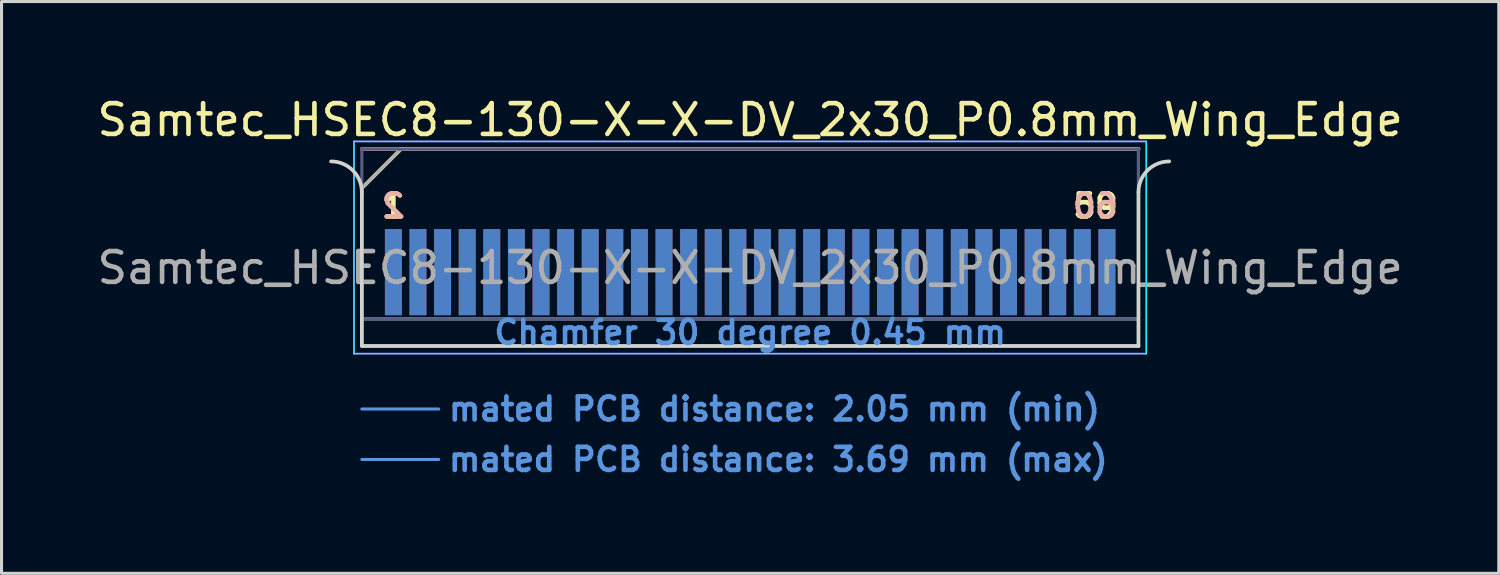
<source format=kicad_pcb>
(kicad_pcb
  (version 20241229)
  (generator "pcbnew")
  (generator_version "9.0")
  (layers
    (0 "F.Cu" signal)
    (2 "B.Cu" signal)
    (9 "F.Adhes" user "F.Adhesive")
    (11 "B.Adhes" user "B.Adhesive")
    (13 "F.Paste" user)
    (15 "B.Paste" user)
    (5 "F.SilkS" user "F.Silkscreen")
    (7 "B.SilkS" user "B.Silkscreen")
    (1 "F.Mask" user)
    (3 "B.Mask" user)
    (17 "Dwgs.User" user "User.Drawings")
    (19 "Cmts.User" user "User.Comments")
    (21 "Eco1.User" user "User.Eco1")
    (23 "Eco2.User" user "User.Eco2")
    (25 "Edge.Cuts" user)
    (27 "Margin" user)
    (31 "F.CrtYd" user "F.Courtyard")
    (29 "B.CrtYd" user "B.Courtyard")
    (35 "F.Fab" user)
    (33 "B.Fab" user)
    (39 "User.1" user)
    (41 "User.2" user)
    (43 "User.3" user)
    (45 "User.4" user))
  (footprint "Samtec_HSEC8-130-X-X-DV_2x30_P0.8mm_Wing_Edge"
    (layer "F.Cu")
    (at 21.339 8.198)
    (property "Reference" "Samtec_HSEC8-130-X-X-DV_2x30_P0.8mm_Wing_Edge" (at 0 -7.35 0) (layer "F.SilkS") (effects (font (size 1 1) (thickness 0.15))))
    (attr exclude_from_pos_files exclude_from_bom)
    (fp_line (start -12.625 -5.13) (end -11.355 -6.4) (stroke (width 0.12) (type solid)) (layer "F.SilkS"))
    (fp_line (start -11.355 -6.4) (end 12.625 -6.4) (stroke (width 0.12) (type solid)) (layer "F.SilkS"))
    (fp_line (start -12.625 -6.4) (end -12.625 -6.4) (stroke (width 0.12) (type solid)) (layer "B.SilkS"))
    (fp_line (start -12.625 -6.4) (end 12.625 -6.4) (stroke (width 0.12) (type solid)) (layer "B.SilkS"))
    (fp_line (start -12.625 2.05) (end -10.125 2.05) (stroke (width 0.1) (type solid)) (layer "Cmts.User"))
    (fp_line (start -12.625 3.69) (end -10.125 3.69) (stroke (width 0.1) (type solid)) (layer "Cmts.User"))
    (fp_line (start -12.625 -5) (end -12.625 0) (stroke (width 0.12) (type solid)) (layer "Edge.Cuts"))
    (fp_line (start -12.625 0) (end 12.625 0) (stroke (width 0.12) (type solid)) (layer "Edge.Cuts"))
    (fp_line (start 12.625 0) (end 12.625 -5) (stroke (width 0.12) (type solid)) (layer "Edge.Cuts"))
    (fp_arc (start -13.625 -6) (mid -12.917893 -5.707107) (end -12.625 -5) (stroke (width 0.12) (type solid)) (layer "Edge.Cuts"))
    (fp_arc (start 12.625 -5) (mid 12.917893 -5.707107) (end 13.625 -6) (stroke (width 0.12) (type solid)) (layer "Edge.Cuts"))
    (fp_line (start -12.88 -6.65) (end -12.88 0.25) (stroke (width 0.05) (type solid)) (layer "B.CrtYd"))
    (fp_line (start -12.88 0.25) (end 12.88 0.25) (stroke (width 0.05) (type solid)) (layer "B.CrtYd"))
    (fp_line (start 12.88 -6.65) (end -12.88 -6.65) (stroke (width 0.05) (type solid)) (layer "B.CrtYd"))
    (fp_line (start 12.88 0.25) (end 12.88 -6.65) (stroke (width 0.05) (type solid)) (layer "B.CrtYd"))
    (fp_line (start -12.88 -6.65) (end -12.88 0.25) (stroke (width 0.05) (type solid)) (layer "F.CrtYd"))
    (fp_line (start -12.88 0.25) (end 12.88 0.25) (stroke (width 0.05) (type solid)) (layer "F.CrtYd"))
    (fp_line (start 12.88 -6.65) (end -12.88 -6.65) (stroke (width 0.05) (type solid)) (layer "F.CrtYd"))
    (fp_line (start 12.88 0.25) (end 12.88 -6.65) (stroke (width 0.05) (type solid)) (layer "F.CrtYd"))
    (fp_line (start -12.625 -6.4) (end -12.625 -6.4) (stroke (width 0.1) (type solid)) (layer "B.Fab"))
    (fp_line (start -12.625 -6.4) (end -12.625 0) (stroke (width 0.1) (type solid)) (layer "B.Fab"))
    (fp_line (start -12.625 -6.4) (end 12.625 -6.4) (stroke (width 0.1) (type solid)) (layer "B.Fab"))
    (fp_line (start -12.625 -0.88) (end 12.625 -0.88) (stroke (width 0.1) (type solid)) (layer "B.Fab"))
    (fp_line (start -12.625 0) (end 12.625 0) (stroke (width 0.1) (type solid)) (layer "B.Fab"))
    (fp_line (start 12.625 -6.4) (end 12.625 0) (stroke (width 0.1) (type solid)) (layer "B.Fab"))
    (fp_line (start -12.625 -5.13) (end -12.625 0) (stroke (width 0.1) (type solid)) (layer "F.Fab"))
    (fp_line (start -12.625 -5.13) (end -11.355 -6.4) (stroke (width 0.1) (type solid)) (layer "F.Fab"))
    (fp_line (start -12.625 -0.88) (end 12.625 -0.88) (stroke (width 0.1) (type solid)) (layer "F.Fab"))
    (fp_line (start -12.625 0) (end 12.625 0) (stroke (width 0.1) (type solid)) (layer "F.Fab"))
    (fp_line (start -11.355 -6.4) (end 12.625 -6.4) (stroke (width 0.1) (type solid)) (layer "F.Fab"))
    (fp_line (start 12.625 -6.4) (end 12.625 0) (stroke (width 0.1) (type solid)) (layer "F.Fab"))
    (fp_text user "59" (at 11.225 -4.55 0) (layer "F.SilkS") (effects (font (size 0.75 0.75) (thickness 0.15))))
    (fp_text user "1" (at -11.6 -4.55 0) (layer "F.SilkS") (effects (font (size 0.75 0.75) (thickness 0.15))))
    (fp_text user "2" (at -11.6 -4.55 0) (layer "B.SilkS") (effects (font (size 0.75 0.75) (thickness 0.15)) (justify mirror)))
    (fp_text user "60" (at 11.225 -4.55 0) (layer "B.SilkS") (effects (font (size 0.75 0.75) (thickness 0.15)) (justify mirror)))
    (fp_text user "Chamfer 30 degree 0.45 mm" (at 0 -0.44 0) (layer "Cmts.User") (effects (font (size 0.75 0.75) (thickness 0.15))))
    (fp_text user "mated PCB distance: 3.69 mm (max)" (at -9.88 3.69 0) (layer "Cmts.User") (effects (font (size 0.75 0.75) (thickness 0.15)) (justify left)))
    (fp_text user "mated PCB distance: 2.05 mm (min)" (at -9.88 2.05 0) (layer "Cmts.User") (effects (font (size 0.75 0.75) (thickness 0.15)) (justify left)))
    (fp_text user "${REFERENCE}" (at 0 -2.54 0) (layer "F.Fab") (effects (font (size 1 1) (thickness 0.15))))
    (pad "1" connect rect (at -11.6 -2.4) (size 0.55 2.8) (layers "F.Cu" "F.Mask"))
    (pad "2" connect rect (at -11.6 -2.4) (size 0.55 2.8) (layers "B.Cu" "B.Mask"))
    (pad "3" connect rect (at -10.8 -2.4) (size 0.55 2.8) (layers "F.Cu" "F.Mask"))
    (pad "4" connect rect (at -10.8 -2.4) (size 0.55 2.8) (layers "B.Cu" "B.Mask"))
    (pad "5" connect rect (at -10 -2.4) (size 0.55 2.8) (layers "F.Cu" "F.Mask"))
    (pad "6" connect rect (at -10 -2.4) (size 0.55 2.8) (layers "B.Cu" "B.Mask"))
    (pad "7" connect rect (at -9.2 -2.4) (size 0.55 2.8) (layers "F.Cu" "F.Mask"))
    (pad "8" connect rect (at -9.2 -2.4) (size 0.55 2.8) (layers "B.Cu" "B.Mask"))
    (pad "9" connect rect (at -8.4 -2.4) (size 0.55 2.8) (layers "F.Cu" "F.Mask"))
    (pad "10" connect rect (at -8.4 -2.4) (size 0.55 2.8) (layers "B.Cu" "B.Mask"))
    (pad "11" connect rect (at -7.6 -2.4) (size 0.55 2.8) (layers "F.Cu" "F.Mask"))
    (pad "12" connect rect (at -7.6 -2.4) (size 0.55 2.8) (layers "B.Cu" "B.Mask"))
    (pad "13" connect rect (at -6.8 -2.4) (size 0.55 2.8) (layers "F.Cu" "F.Mask"))
    (pad "14" connect rect (at -6.8 -2.4) (size 0.55 2.8) (layers "B.Cu" "B.Mask"))
    (pad "15" connect rect (at -6 -2.4) (size 0.55 2.8) (layers "F.Cu" "F.Mask"))
    (pad "16" connect rect (at -6 -2.4) (size 0.55 2.8) (layers "B.Cu" "B.Mask"))
    (pad "17" connect rect (at -5.2 -2.4) (size 0.55 2.8) (layers "F.Cu" "F.Mask"))
    (pad "18" connect rect (at -5.2 -2.4) (size 0.55 2.8) (layers "B.Cu" "B.Mask"))
    (pad "19" connect rect (at -4.4 -2.4) (size 0.55 2.8) (layers "F.Cu" "F.Mask"))
    (pad "20" connect rect (at -4.4 -2.4) (size 0.55 2.8) (layers "B.Cu" "B.Mask"))
    (pad "21" connect rect (at -3.6 -2.4) (size 0.55 2.8) (layers "F.Cu" "F.Mask"))
    (pad "22" connect rect (at -3.6 -2.4) (size 0.55 2.8) (layers "B.Cu" "B.Mask"))
    (pad "23" connect rect (at -2.8 -2.4) (size 0.55 2.8) (layers "F.Cu" "F.Mask"))
    (pad "24" connect rect (at -2.8 -2.4) (size 0.55 2.8) (layers "B.Cu" "B.Mask"))
    (pad "25" connect rect (at -2 -2.4) (size 0.55 2.8) (layers "F.Cu" "F.Mask"))
    (pad "26" connect rect (at -2 -2.4) (size 0.55 2.8) (layers "B.Cu" "B.Mask"))
    (pad "27" connect rect (at -1.2 -2.4) (size 0.55 2.8) (layers "F.Cu" "F.Mask"))
    (pad "28" connect rect (at -1.2 -2.4) (size 0.55 2.8) (layers "B.Cu" "B.Mask"))
    (pad "29" connect rect (at -0.4 -2.4) (size 0.55 2.8) (layers "F.Cu" "F.Mask"))
    (pad "30" connect rect (at -0.4 -2.4) (size 0.55 2.8) (layers "B.Cu" "B.Mask"))
    (pad "31" connect rect (at 0.4 -2.4) (size 0.55 2.8) (layers "F.Cu" "F.Mask"))
    (pad "32" connect rect (at 0.4 -2.4) (size 0.55 2.8) (layers "B.Cu" "B.Mask"))
    (pad "33" connect rect (at 1.2 -2.4) (size 0.55 2.8) (layers "F.Cu" "F.Mask"))
    (pad "34" connect rect (at 1.2 -2.4) (size 0.55 2.8) (layers "B.Cu" "B.Mask"))
    (pad "35" connect rect (at 2 -2.4) (size 0.55 2.8) (layers "F.Cu" "F.Mask"))
    (pad "36" connect rect (at 2 -2.4) (size 0.55 2.8) (layers "B.Cu" "B.Mask"))
    (pad "37" connect rect (at 2.8 -2.4) (size 0.55 2.8) (layers "F.Cu" "F.Mask"))
    (pad "38" connect rect (at 2.8 -2.4) (size 0.55 2.8) (layers "B.Cu" "B.Mask"))
    (pad "39" connect rect (at 3.6 -2.4) (size 0.55 2.8) (layers "F.Cu" "F.Mask"))
    (pad "40" connect rect (at 3.6 -2.4) (size 0.55 2.8) (layers "B.Cu" "B.Mask"))
    (pad "41" connect rect (at 4.4 -2.4) (size 0.55 2.8) (layers "F.Cu" "F.Mask"))
    (pad "42" connect rect (at 4.4 -2.4) (size 0.55 2.8) (layers "B.Cu" "B.Mask"))
    (pad "43" connect rect (at 5.2 -2.4) (size 0.55 2.8) (layers "F.Cu" "F.Mask"))
    (pad "44" connect rect (at 5.2 -2.4) (size 0.55 2.8) (layers "B.Cu" "B.Mask"))
    (pad "45" connect rect (at 6 -2.4) (size 0.55 2.8) (layers "F.Cu" "F.Mask"))
    (pad "46" connect rect (at 6 -2.4) (size 0.55 2.8) (layers "B.Cu" "B.Mask"))
    (pad "47" connect rect (at 6.8 -2.4) (size 0.55 2.8) (layers "F.Cu" "F.Mask"))
    (pad "48" connect rect (at 6.8 -2.4) (size 0.55 2.8) (layers "B.Cu" "B.Mask"))
    (pad "49" connect rect (at 7.6 -2.4) (size 0.55 2.8) (layers "F.Cu" "F.Mask"))
    (pad "50" connect rect (at 7.6 -2.4) (size 0.55 2.8) (layers "B.Cu" "B.Mask"))
    (pad "51" connect rect (at 8.4 -2.4) (size 0.55 2.8) (layers "F.Cu" "F.Mask"))
    (pad "52" connect rect (at 8.4 -2.4) (size 0.55 2.8) (layers "B.Cu" "B.Mask"))
    (pad "53" connect rect (at 9.2 -2.4) (size 0.55 2.8) (layers "F.Cu" "F.Mask"))
    (pad "54" connect rect (at 9.2 -2.4) (size 0.55 2.8) (layers "B.Cu" "B.Mask"))
    (pad "55" connect rect (at 10 -2.4) (size 0.55 2.8) (layers "F.Cu" "F.Mask"))
    (pad "56" connect rect (at 10 -2.4) (size 0.55 2.8) (layers "B.Cu" "B.Mask"))
    (pad "57" connect rect (at 10.8 -2.4) (size 0.55 2.8) (layers "F.Cu" "F.Mask"))
    (pad "58" connect rect (at 10.8 -2.4) (size 0.55 2.8) (layers "B.Cu" "B.Mask"))
    (pad "59" connect rect (at 11.6 -2.4) (size 0.55 2.8) (layers "F.Cu" "F.Mask"))
    (pad "60" connect rect (at 11.6 -2.4) (size 0.55 2.8) (layers "B.Cu" "B.Mask")))
  (gr_rect
    (start -3 -3)
    (end 45.679 15.59)
    (stroke (width 0.1) (type default))
    (fill no)
    (layer "Edge.Cuts")))
</source>
